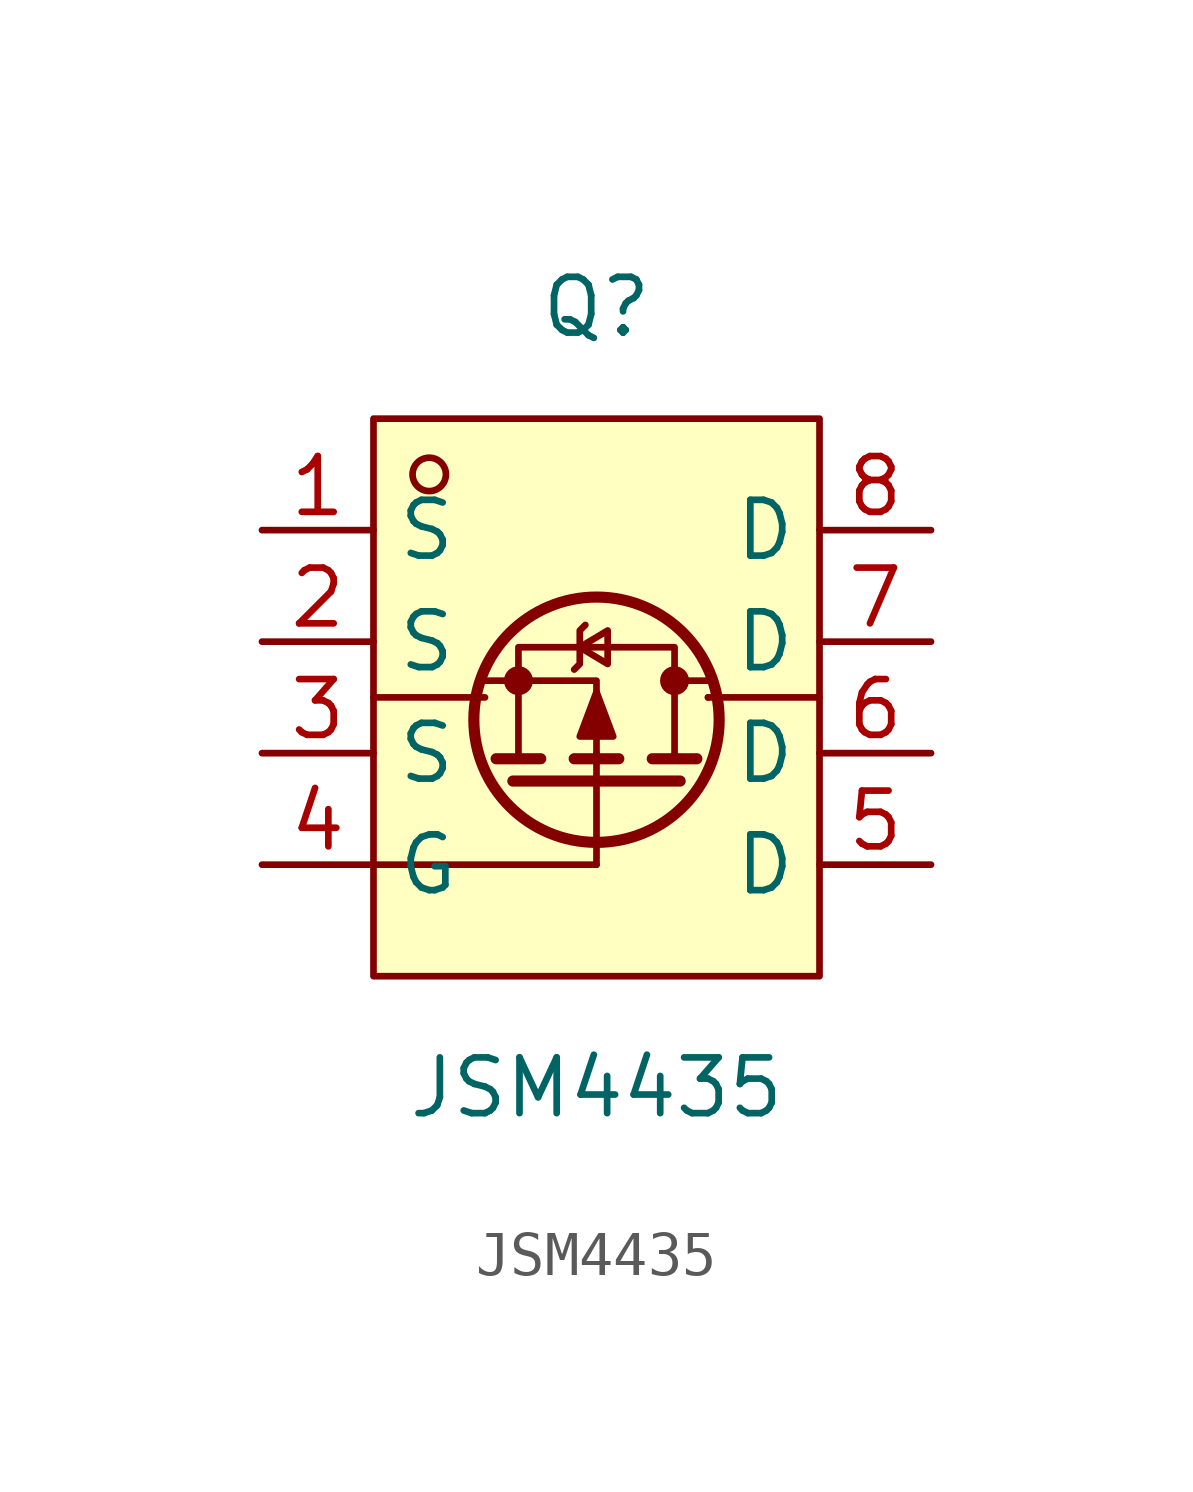
<source format=kicad_sym>
(kicad_symbol_lib
  (version 20241209)
  (generator "kicad_symbol_editor")
  (generator_version "9.0")
  (symbol "JSM4435"
    (property "Reference" "Q"
      (at 0 8.89 0)
      (effects (font (size 1.27 1.27))))
    (property "Value" "JSM4435"
      (at 0 -8.89 0)
      (effects (font (size 1.27 1.27))))
    (symbol "JSM4435_0_1"
      (rectangle (start -5.08 6.35) (end 5.08 -6.35) (stroke (width 0) (type default)) (fill (type background)))
      (polyline (pts (xy -5.08 -3.81) (xy 0 -3.81)) (stroke (width 0) (type default)) (fill (type none)))
      (circle (center -3.81 5.08) (radius 0.38) (stroke (width 0) (type default)) (fill (type none)))
      (polyline (pts (xy -2.54 0.381) (xy 0 0.381) (xy 0 -1.397)) (stroke (width 0) (type default)) (fill (type none)))
      (polyline (pts (xy -2.54 0) (xy -5.08 0)) (stroke (width 0) (type default)) (fill (type none)))
      (circle (center -1.778 0.381) (radius 0.254) (stroke (width 0) (type default)) (fill (type outline)))
      (polyline (pts (xy -1.27 -1.397) (xy -2.286 -1.397)) (stroke (width 0.254) (type default)) (fill (type none)))
      (polyline (pts (xy -0.508 0.635) (xy -0.381 0.762) (xy -0.381 1.524) (xy -0.254 1.651)) (stroke (width 0) (type default)) (fill (type none)))
      (polyline (pts (xy -0.381 1.143) (xy 0.254 0.762) (xy 0.254 1.524) (xy -0.381 1.143)) (stroke (width 0) (type default)) (fill (type none)))
      (polyline (pts (xy 0 0.127) (xy 0.381 -0.889) (xy -0.381 -0.889) (xy 0 0.127)) (stroke (width 0) (type default)) (fill (type outline)))
      (circle (center 0 -0.508) (radius 2.794) (stroke (width 0.254) (type default)) (fill (type none)))
      (polyline (pts (xy 0 -3.81) (xy 0 -1.27)) (stroke (width 0) (type default)) (fill (type none)))
      (polyline (pts (xy 0.508 -1.397) (xy -0.508 -1.397)) (stroke (width 0.254) (type default)) (fill (type none)))
      (circle (center 1.778 0.381) (radius 0.254) (stroke (width 0) (type default)) (fill (type outline)))
      (polyline (pts (xy 1.778 -1.397) (xy 1.778 1.143) (xy -1.778 1.143) (xy -1.778 -1.397)) (stroke (width 0) (type default)) (fill (type none)))
      (polyline (pts (xy 1.905 -1.905) (xy -1.905 -1.905)) (stroke (width 0.254) (type default)) (fill (type none)))
      (polyline (pts (xy 2.286 -1.397) (xy 1.27 -1.397)) (stroke (width 0.254) (type default)) (fill (type none)))
      (polyline (pts (xy 2.54 0.381) (xy 1.778 0.381)) (stroke (width 0) (type default)) (fill (type none)))
      (polyline (pts (xy 2.54 0) (xy 2.54 0)) (stroke (width 0) (type default)) (fill (type none)))
      (polyline (pts (xy 2.54 0) (xy 5.08 0)) (stroke (width 0) (type default)) (fill (type none)))
      (pin unspecified line (at -7.62 3.81 0) (length 2.54) (name "S" (effects (font (size 1.27 1.27)))) (number "1" (effects (font (size 1.27 1.27)))))
      (pin unspecified line (at -7.62 1.27 0) (length 2.54) (name "S" (effects (font (size 1.27 1.27)))) (number "2" (effects (font (size 1.27 1.27)))))
      (pin unspecified line (at -7.62 -1.27 0) (length 2.54) (name "S" (effects (font (size 1.27 1.27)))) (number "3" (effects (font (size 1.27 1.27)))))
      (pin unspecified line (at -7.62 -3.81 0) (length 2.54) (name "G" (effects (font (size 1.27 1.27)))) (number "4" (effects (font (size 1.27 1.27)))))
      (pin unspecified line (at 7.62 3.81 180) (length 2.54) (name "D" (effects (font (size 1.27 1.27)))) (number "8" (effects (font (size 1.27 1.27)))))
      (pin unspecified line (at 7.62 1.27 180) (length 2.54) (name "D" (effects (font (size 1.27 1.27)))) (number "7" (effects (font (size 1.27 1.27)))))
      (pin unspecified line (at 7.62 -1.27 180) (length 2.54) (name "D" (effects (font (size 1.27 1.27)))) (number "6" (effects (font (size 1.27 1.27)))))
      (pin unspecified line (at 7.62 -3.81 180) (length 2.54) (name "D" (effects (font (size 1.27 1.27)))) (number "5" (effects (font (size 1.27 1.27))))))))
</source>
